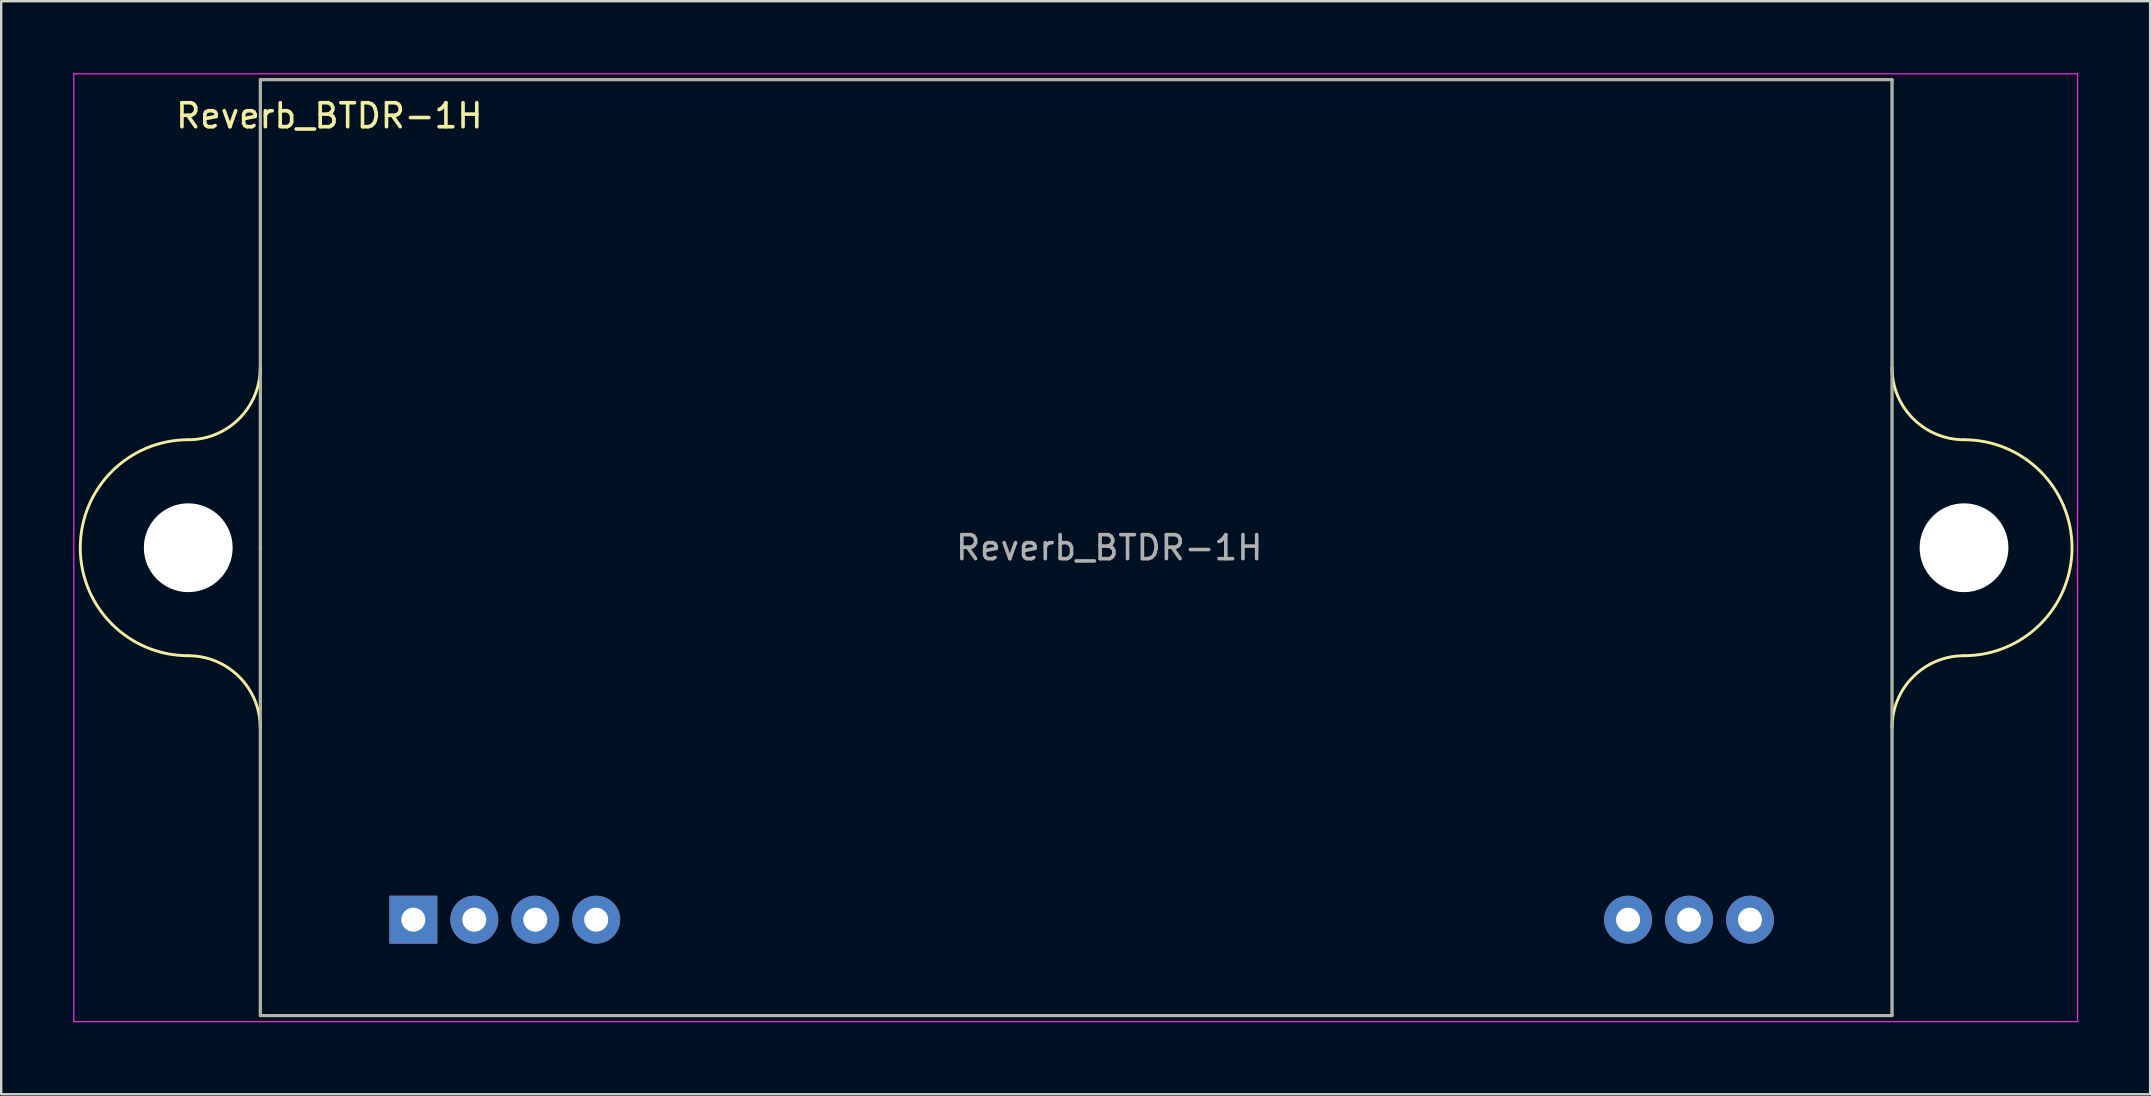
<source format=kicad_pcb>
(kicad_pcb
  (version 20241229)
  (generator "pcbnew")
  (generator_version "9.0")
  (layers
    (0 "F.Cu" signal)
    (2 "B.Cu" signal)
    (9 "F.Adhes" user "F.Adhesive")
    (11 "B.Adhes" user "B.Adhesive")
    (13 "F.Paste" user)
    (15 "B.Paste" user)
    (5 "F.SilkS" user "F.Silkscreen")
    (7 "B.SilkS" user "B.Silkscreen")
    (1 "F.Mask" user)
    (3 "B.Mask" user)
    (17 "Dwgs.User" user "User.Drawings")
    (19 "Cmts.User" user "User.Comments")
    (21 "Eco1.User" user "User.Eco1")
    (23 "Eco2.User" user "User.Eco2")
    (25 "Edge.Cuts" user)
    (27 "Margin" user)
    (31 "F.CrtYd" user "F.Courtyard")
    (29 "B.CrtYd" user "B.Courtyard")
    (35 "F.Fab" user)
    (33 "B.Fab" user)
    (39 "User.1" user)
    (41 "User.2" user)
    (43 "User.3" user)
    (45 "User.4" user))
  (footprint "Reverb_BTDR-1H"
    (layer "F.Cu")
    (at 14.175 35.275)
    (property "Reference" "Reverb_BTDR-1H" (at -3.5 -33.5 0) (layer "F.SilkS") (effects (font (size 1 1) (thickness 0.15))))
    (attr through_hole)
    (fp_line (start -6.38 -35) (end 61.62 -35) (stroke (width 0.12) (type solid)) (layer "F.SilkS"))
    (fp_line (start -6.38 -15.5) (end -6.38 -35) (stroke (width 0.12) (type solid)) (layer "F.SilkS"))
    (fp_line (start -6.38 -15.5) (end -6.38 4) (stroke (width 0.12) (type solid)) (layer "F.SilkS"))
    (fp_line (start -6.38 4) (end 61.62 4) (stroke (width 0.12) (type solid)) (layer "F.SilkS"))
    (fp_line (start 61.62 -35) (end 61.62 4) (stroke (width 0.12) (type solid)) (layer "F.SilkS"))
    (fp_arc (start -9.38 -11) (mid -13.88 -15.5) (end -9.38 -20) (stroke (width 0.12) (type solid)) (layer "F.SilkS"))
    (fp_arc (start -9.38 -11) (mid -7.25868 -10.12132) (end -6.38 -8) (stroke (width 0.12) (type solid)) (layer "F.SilkS"))
    (fp_arc (start -6.38 -23) (mid -7.25868 -20.87868) (end -9.38 -20) (stroke (width 0.12) (type solid)) (layer "F.SilkS"))
    (fp_arc (start 61.62 -8) (mid 62.49868 -10.12132) (end 64.62 -11) (stroke (width 0.12) (type solid)) (layer "F.SilkS"))
    (fp_arc (start 64.62 -20) (mid 62.49868 -20.87868) (end 61.62 -23) (stroke (width 0.12) (type solid)) (layer "F.SilkS"))
    (fp_arc (start 64.62 -20) (mid 69.12 -15.5) (end 64.62 -11) (stroke (width 0.12) (type solid)) (layer "F.SilkS"))
    (fp_circle (center -9.38 -15.5) (end -7.63 -15.5) (stroke (width 0.12) (type solid)) (fill no) (layer "F.SilkS"))
    (fp_circle (center 64.62 -15.5) (end 66.37 -15.5) (stroke (width 0.12) (type solid)) (fill no) (layer "F.SilkS"))
    (fp_line (start -14.15 -35.25) (end 69.35 -35.25) (stroke (width 0.05) (type solid)) (layer "F.CrtYd"))
    (fp_line (start -14.15 -15) (end -14.15 -35.25) (stroke (width 0.05) (type solid)) (layer "F.CrtYd"))
    (fp_line (start -14.15 4.25) (end -14.15 -15) (stroke (width 0.05) (type solid)) (layer "F.CrtYd"))
    (fp_line (start 69.35 -35.25) (end 69.35 4.25) (stroke (width 0.05) (type solid)) (layer "F.CrtYd"))
    (fp_line (start 69.35 4.25) (end -14.15 4.25) (stroke (width 0.05) (type solid)) (layer "F.CrtYd"))
    (fp_line (start -6.38 -35) (end 61.62 -35) (stroke (width 0.1) (type solid)) (layer "F.Fab"))
    (fp_line (start -6.38 -15.5) (end -6.38 -35) (stroke (width 0.1) (type solid)) (layer "F.Fab"))
    (fp_line (start -6.38 -15.5) (end -6.38 4) (stroke (width 0.1) (type solid)) (layer "F.Fab"))
    (fp_line (start -6.38 4) (end 61.62 4) (stroke (width 0.1) (type solid)) (layer "F.Fab"))
    (fp_line (start 61.62 -35) (end 61.62 4) (stroke (width 0.1) (type solid)) (layer "F.Fab"))
    (fp_text user "${REFERENCE}" (at 29 -15.5 0) (layer "F.Fab") (effects (font (size 1 1) (thickness 0.15))))
    (pad "" np_thru_hole circle (at -9.38 -15.5) (size 3.7 3.7) (drill 3.7) (layers "*.Cu" "*.Mask"))
    (pad "" np_thru_hole circle (at 64.62 -15.5) (size 3.7 3.7) (drill 3.7) (layers "*.Cu" "*.Mask"))
    (pad "1" thru_hole rect (at 0 0) (size 2 2) (drill 1) (layers "*.Cu" "*.Mask"))
    (pad "2" thru_hole circle (at 2.54 0) (size 2 2) (drill 1) (layers "*.Cu" "*.Mask"))
    (pad "3" thru_hole circle (at 5.08 0) (size 2 2) (drill 1) (layers "*.Cu" "*.Mask"))
    (pad "4" thru_hole circle (at 7.62 0) (size 2 2) (drill 1) (layers "*.Cu" "*.Mask"))
    (pad "5" thru_hole circle (at 50.62 0) (size 2 2) (drill 1) (layers "*.Cu" "*.Mask"))
    (pad "6" thru_hole circle (at 53.16 0) (size 2 2) (drill 1) (layers "*.Cu" "*.Mask"))
    (pad "7" thru_hole circle (at 55.7 0) (size 2 2) (drill 1) (layers "*.Cu" "*.Mask")))
  (gr_rect
    (start -3 -3)
    (end 86.55 42.55)
    (stroke (width 0.1) (type default))
    (fill no)
    (layer "Edge.Cuts")))
</source>
